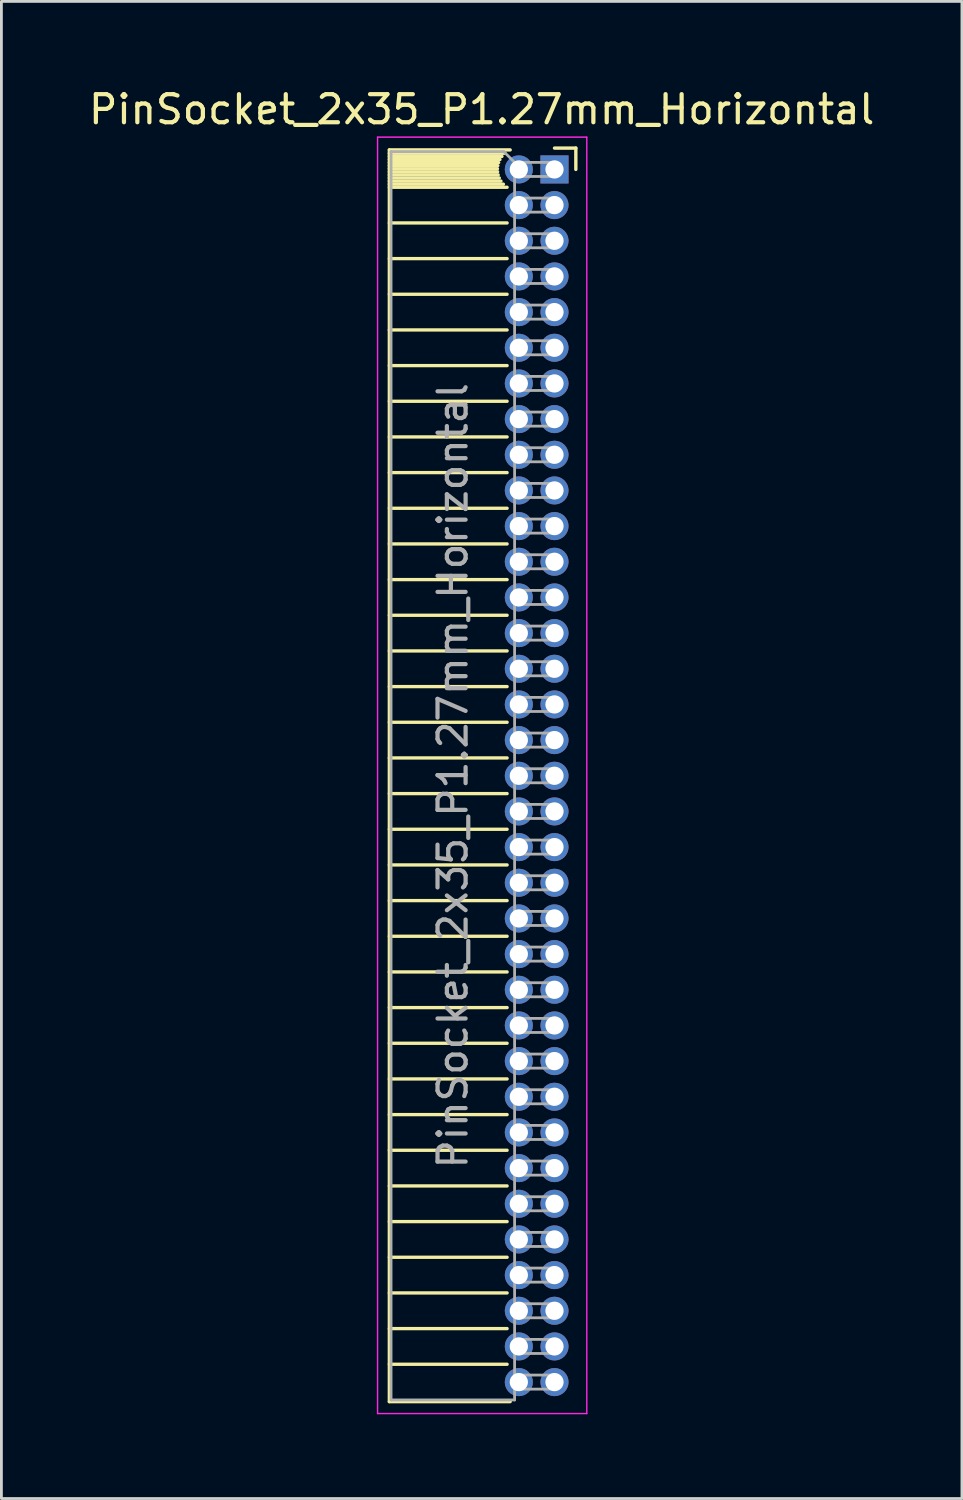
<source format=kicad_pcb>
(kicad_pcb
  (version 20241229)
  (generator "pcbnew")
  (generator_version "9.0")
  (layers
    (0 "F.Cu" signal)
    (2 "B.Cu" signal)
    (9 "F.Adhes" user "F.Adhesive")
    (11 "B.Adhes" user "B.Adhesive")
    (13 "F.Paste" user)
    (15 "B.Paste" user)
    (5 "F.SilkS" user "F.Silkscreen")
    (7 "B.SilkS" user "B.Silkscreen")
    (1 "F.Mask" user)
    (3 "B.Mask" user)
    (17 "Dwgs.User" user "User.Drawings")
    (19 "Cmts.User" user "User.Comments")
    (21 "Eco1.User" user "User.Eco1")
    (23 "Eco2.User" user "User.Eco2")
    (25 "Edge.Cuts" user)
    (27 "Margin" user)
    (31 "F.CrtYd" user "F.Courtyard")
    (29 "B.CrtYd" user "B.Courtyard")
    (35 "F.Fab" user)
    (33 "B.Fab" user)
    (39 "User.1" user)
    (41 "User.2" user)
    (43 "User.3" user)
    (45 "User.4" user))
  (footprint "PinSocket_2x35_P1.27mm_Horizontal"
    (layer "F.Cu")
    (at 16.694 2.983)
    (property "Reference" "PinSocket_2x35_P1.27mm_Horizontal" (at -2.592 -2.135 0) (layer "F.SilkS") (effects (font (size 1 1) (thickness 0.15))))
    (attr through_hole)
    (fp_line (start -5.88 -0.695) (end -5.88 43.875) (stroke (width 0.12) (type solid)) (layer "F.SilkS"))
    (fp_line (start -5.88 -0.695) (end -1.578 -0.695) (stroke (width 0.12) (type solid)) (layer "F.SilkS"))
    (fp_line (start -5.88 -0.575) (end -1.767 -0.575) (stroke (width 0.12) (type solid)) (layer "F.SilkS"))
    (fp_line (start -5.88 -0.465) (end -1.871 -0.465) (stroke (width 0.12) (type solid)) (layer "F.SilkS"))
    (fp_line (start -5.88 -0.355) (end -1.942 -0.355) (stroke (width 0.12) (type solid)) (layer "F.SilkS"))
    (fp_line (start -5.88 -0.245) (end -1.989 -0.245) (stroke (width 0.12) (type solid)) (layer "F.SilkS"))
    (fp_line (start -5.88 -0.135) (end -2.018 -0.135) (stroke (width 0.12) (type solid)) (layer "F.SilkS"))
    (fp_line (start -5.88 -0.025) (end -2.03 -0.025) (stroke (width 0.12) (type solid)) (layer "F.SilkS"))
    (fp_line (start -5.88 0.085) (end -2.025 0.085) (stroke (width 0.12) (type solid)) (layer "F.SilkS"))
    (fp_line (start -5.88 0.195) (end -2.005 0.195) (stroke (width 0.12) (type solid)) (layer "F.SilkS"))
    (fp_line (start -5.88 0.305) (end -1.966 0.305) (stroke (width 0.12) (type solid)) (layer "F.SilkS"))
    (fp_line (start -5.88 0.415) (end -1.907 0.415) (stroke (width 0.12) (type solid)) (layer "F.SilkS"))
    (fp_line (start -5.88 0.525) (end -1.82 0.525) (stroke (width 0.12) (type solid)) (layer "F.SilkS"))
    (fp_line (start -5.88 0.635) (end -1.688 0.635) (stroke (width 0.12) (type solid)) (layer "F.SilkS"))
    (fp_line (start -5.88 1.905) (end -1.688 1.905) (stroke (width 0.12) (type solid)) (layer "F.SilkS"))
    (fp_line (start -5.88 3.175) (end -1.688 3.175) (stroke (width 0.12) (type solid)) (layer "F.SilkS"))
    (fp_line (start -5.88 4.445) (end -1.688 4.445) (stroke (width 0.12) (type solid)) (layer "F.SilkS"))
    (fp_line (start -5.88 5.715) (end -1.688 5.715) (stroke (width 0.12) (type solid)) (layer "F.SilkS"))
    (fp_line (start -5.88 6.985) (end -1.688 6.985) (stroke (width 0.12) (type solid)) (layer "F.SilkS"))
    (fp_line (start -5.88 8.255) (end -1.688 8.255) (stroke (width 0.12) (type solid)) (layer "F.SilkS"))
    (fp_line (start -5.88 9.525) (end -1.688 9.525) (stroke (width 0.12) (type solid)) (layer "F.SilkS"))
    (fp_line (start -5.88 10.795) (end -1.688 10.795) (stroke (width 0.12) (type solid)) (layer "F.SilkS"))
    (fp_line (start -5.88 12.065) (end -1.688 12.065) (stroke (width 0.12) (type solid)) (layer "F.SilkS"))
    (fp_line (start -5.88 13.335) (end -1.688 13.335) (stroke (width 0.12) (type solid)) (layer "F.SilkS"))
    (fp_line (start -5.88 14.605) (end -1.688 14.605) (stroke (width 0.12) (type solid)) (layer "F.SilkS"))
    (fp_line (start -5.88 15.875) (end -1.688 15.875) (stroke (width 0.12) (type solid)) (layer "F.SilkS"))
    (fp_line (start -5.88 17.145) (end -1.688 17.145) (stroke (width 0.12) (type solid)) (layer "F.SilkS"))
    (fp_line (start -5.88 18.415) (end -1.688 18.415) (stroke (width 0.12) (type solid)) (layer "F.SilkS"))
    (fp_line (start -5.88 19.685) (end -1.688 19.685) (stroke (width 0.12) (type solid)) (layer "F.SilkS"))
    (fp_line (start -5.88 20.955) (end -1.688 20.955) (stroke (width 0.12) (type solid)) (layer "F.SilkS"))
    (fp_line (start -5.88 22.225) (end -1.688 22.225) (stroke (width 0.12) (type solid)) (layer "F.SilkS"))
    (fp_line (start -5.88 23.495) (end -1.688 23.495) (stroke (width 0.12) (type solid)) (layer "F.SilkS"))
    (fp_line (start -5.88 24.765) (end -1.688 24.765) (stroke (width 0.12) (type solid)) (layer "F.SilkS"))
    (fp_line (start -5.88 26.035) (end -1.688 26.035) (stroke (width 0.12) (type solid)) (layer "F.SilkS"))
    (fp_line (start -5.88 27.305) (end -1.688 27.305) (stroke (width 0.12) (type solid)) (layer "F.SilkS"))
    (fp_line (start -5.88 28.575) (end -1.688 28.575) (stroke (width 0.12) (type solid)) (layer "F.SilkS"))
    (fp_line (start -5.88 29.845) (end -1.688 29.845) (stroke (width 0.12) (type solid)) (layer "F.SilkS"))
    (fp_line (start -5.88 31.115) (end -1.688 31.115) (stroke (width 0.12) (type solid)) (layer "F.SilkS"))
    (fp_line (start -5.88 32.385) (end -1.688 32.385) (stroke (width 0.12) (type solid)) (layer "F.SilkS"))
    (fp_line (start -5.88 33.655) (end -1.688 33.655) (stroke (width 0.12) (type solid)) (layer "F.SilkS"))
    (fp_line (start -5.88 34.925) (end -1.688 34.925) (stroke (width 0.12) (type solid)) (layer "F.SilkS"))
    (fp_line (start -5.88 36.195) (end -1.688 36.195) (stroke (width 0.12) (type solid)) (layer "F.SilkS"))
    (fp_line (start -5.88 37.465) (end -1.688 37.465) (stroke (width 0.12) (type solid)) (layer "F.SilkS"))
    (fp_line (start -5.88 38.735) (end -1.688 38.735) (stroke (width 0.12) (type solid)) (layer "F.SilkS"))
    (fp_line (start -5.88 40.005) (end -1.688 40.005) (stroke (width 0.12) (type solid)) (layer "F.SilkS"))
    (fp_line (start -5.88 41.275) (end -1.688 41.275) (stroke (width 0.12) (type solid)) (layer "F.SilkS"))
    (fp_line (start -5.88 42.545) (end -1.688 42.545) (stroke (width 0.12) (type solid)) (layer "F.SilkS"))
    (fp_line (start -5.88 43.875) (end -1.578 43.875) (stroke (width 0.12) (type solid)) (layer "F.SilkS"))
    (fp_line (start 0 -0.76) (end 0.76 -0.76) (stroke (width 0.12) (type solid)) (layer "F.SilkS"))
    (fp_line (start 0.76 -0.76) (end 0.76 0) (stroke (width 0.12) (type solid)) (layer "F.SilkS"))
    (fp_line (start -6.3 -1.15) (end -6.3 44.3) (stroke (width 0.05) (type solid)) (layer "F.CrtYd"))
    (fp_line (start -6.3 44.3) (end 1.15 44.3) (stroke (width 0.05) (type solid)) (layer "F.CrtYd"))
    (fp_line (start 1.15 -1.15) (end -6.3 -1.15) (stroke (width 0.05) (type solid)) (layer "F.CrtYd"))
    (fp_line (start 1.15 44.3) (end 1.15 -1.15) (stroke (width 0.05) (type solid)) (layer "F.CrtYd"))
    (fp_line (start -5.82 -0.635) (end -1.805 -0.635) (stroke (width 0.1) (type solid)) (layer "F.Fab"))
    (fp_line (start -5.82 43.815) (end -5.82 -0.635) (stroke (width 0.1) (type solid)) (layer "F.Fab"))
    (fp_line (start -1.805 -0.635) (end -1.42 -0.25) (stroke (width 0.1) (type solid)) (layer "F.Fab"))
    (fp_line (start -1.42 -0.25) (end -1.42 43.815) (stroke (width 0.1) (type solid)) (layer "F.Fab"))
    (fp_line (start -1.42 0.25) (end 0 0.25) (stroke (width 0.1) (type solid)) (layer "F.Fab"))
    (fp_line (start -1.42 1.52) (end 0 1.52) (stroke (width 0.1) (type solid)) (layer "F.Fab"))
    (fp_line (start -1.42 2.79) (end 0 2.79) (stroke (width 0.1) (type solid)) (layer "F.Fab"))
    (fp_line (start -1.42 4.06) (end 0 4.06) (stroke (width 0.1) (type solid)) (layer "F.Fab"))
    (fp_line (start -1.42 5.33) (end 0 5.33) (stroke (width 0.1) (type solid)) (layer "F.Fab"))
    (fp_line (start -1.42 6.6) (end 0 6.6) (stroke (width 0.1) (type solid)) (layer "F.Fab"))
    (fp_line (start -1.42 7.87) (end 0 7.87) (stroke (width 0.1) (type solid)) (layer "F.Fab"))
    (fp_line (start -1.42 9.14) (end 0 9.14) (stroke (width 0.1) (type solid)) (layer "F.Fab"))
    (fp_line (start -1.42 10.41) (end 0 10.41) (stroke (width 0.1) (type solid)) (layer "F.Fab"))
    (fp_line (start -1.42 11.68) (end 0 11.68) (stroke (width 0.1) (type solid)) (layer "F.Fab"))
    (fp_line (start -1.42 12.95) (end 0 12.95) (stroke (width 0.1) (type solid)) (layer "F.Fab"))
    (fp_line (start -1.42 14.22) (end 0 14.22) (stroke (width 0.1) (type solid)) (layer "F.Fab"))
    (fp_line (start -1.42 15.49) (end 0 15.49) (stroke (width 0.1) (type solid)) (layer "F.Fab"))
    (fp_line (start -1.42 16.76) (end 0 16.76) (stroke (width 0.1) (type solid)) (layer "F.Fab"))
    (fp_line (start -1.42 18.03) (end 0 18.03) (stroke (width 0.1) (type solid)) (layer "F.Fab"))
    (fp_line (start -1.42 19.3) (end 0 19.3) (stroke (width 0.1) (type solid)) (layer "F.Fab"))
    (fp_line (start -1.42 20.57) (end 0 20.57) (stroke (width 0.1) (type solid)) (layer "F.Fab"))
    (fp_line (start -1.42 21.84) (end 0 21.84) (stroke (width 0.1) (type solid)) (layer "F.Fab"))
    (fp_line (start -1.42 23.11) (end 0 23.11) (stroke (width 0.1) (type solid)) (layer "F.Fab"))
    (fp_line (start -1.42 24.38) (end 0 24.38) (stroke (width 0.1) (type solid)) (layer "F.Fab"))
    (fp_line (start -1.42 25.65) (end 0 25.65) (stroke (width 0.1) (type solid)) (layer "F.Fab"))
    (fp_line (start -1.42 26.92) (end 0 26.92) (stroke (width 0.1) (type solid)) (layer "F.Fab"))
    (fp_line (start -1.42 28.19) (end 0 28.19) (stroke (width 0.1) (type solid)) (layer "F.Fab"))
    (fp_line (start -1.42 29.46) (end 0 29.46) (stroke (width 0.1) (type solid)) (layer "F.Fab"))
    (fp_line (start -1.42 30.73) (end 0 30.73) (stroke (width 0.1) (type solid)) (layer "F.Fab"))
    (fp_line (start -1.42 32) (end 0 32) (stroke (width 0.1) (type solid)) (layer "F.Fab"))
    (fp_line (start -1.42 33.27) (end 0 33.27) (stroke (width 0.1) (type solid)) (layer "F.Fab"))
    (fp_line (start -1.42 34.54) (end 0 34.54) (stroke (width 0.1) (type solid)) (layer "F.Fab"))
    (fp_line (start -1.42 35.81) (end 0 35.81) (stroke (width 0.1) (type solid)) (layer "F.Fab"))
    (fp_line (start -1.42 37.08) (end 0 37.08) (stroke (width 0.1) (type solid)) (layer "F.Fab"))
    (fp_line (start -1.42 38.35) (end 0 38.35) (stroke (width 0.1) (type solid)) (layer "F.Fab"))
    (fp_line (start -1.42 39.62) (end 0 39.62) (stroke (width 0.1) (type solid)) (layer "F.Fab"))
    (fp_line (start -1.42 40.89) (end 0 40.89) (stroke (width 0.1) (type solid)) (layer "F.Fab"))
    (fp_line (start -1.42 42.16) (end 0 42.16) (stroke (width 0.1) (type solid)) (layer "F.Fab"))
    (fp_line (start -1.42 43.43) (end 0 43.43) (stroke (width 0.1) (type solid)) (layer "F.Fab"))
    (fp_line (start -1.42 43.815) (end -5.82 43.815) (stroke (width 0.1) (type solid)) (layer "F.Fab"))
    (fp_line (start 0 -0.25) (end -1.42 -0.25) (stroke (width 0.1) (type solid)) (layer "F.Fab"))
    (fp_line (start 0 0.25) (end 0 -0.25) (stroke (width 0.1) (type solid)) (layer "F.Fab"))
    (fp_line (start 0 1.02) (end -1.42 1.02) (stroke (width 0.1) (type solid)) (layer "F.Fab"))
    (fp_line (start 0 1.52) (end 0 1.02) (stroke (width 0.1) (type solid)) (layer "F.Fab"))
    (fp_line (start 0 2.29) (end -1.42 2.29) (stroke (width 0.1) (type solid)) (layer "F.Fab"))
    (fp_line (start 0 2.79) (end 0 2.29) (stroke (width 0.1) (type solid)) (layer "F.Fab"))
    (fp_line (start 0 3.56) (end -1.42 3.56) (stroke (width 0.1) (type solid)) (layer "F.Fab"))
    (fp_line (start 0 4.06) (end 0 3.56) (stroke (width 0.1) (type solid)) (layer "F.Fab"))
    (fp_line (start 0 4.83) (end -1.42 4.83) (stroke (width 0.1) (type solid)) (layer "F.Fab"))
    (fp_line (start 0 5.33) (end 0 4.83) (stroke (width 0.1) (type solid)) (layer "F.Fab"))
    (fp_line (start 0 6.1) (end -1.42 6.1) (stroke (width 0.1) (type solid)) (layer "F.Fab"))
    (fp_line (start 0 6.6) (end 0 6.1) (stroke (width 0.1) (type solid)) (layer "F.Fab"))
    (fp_line (start 0 7.37) (end -1.42 7.37) (stroke (width 0.1) (type solid)) (layer "F.Fab"))
    (fp_line (start 0 7.87) (end 0 7.37) (stroke (width 0.1) (type solid)) (layer "F.Fab"))
    (fp_line (start 0 8.64) (end -1.42 8.64) (stroke (width 0.1) (type solid)) (layer "F.Fab"))
    (fp_line (start 0 9.14) (end 0 8.64) (stroke (width 0.1) (type solid)) (layer "F.Fab"))
    (fp_line (start 0 9.91) (end -1.42 9.91) (stroke (width 0.1) (type solid)) (layer "F.Fab"))
    (fp_line (start 0 10.41) (end 0 9.91) (stroke (width 0.1) (type solid)) (layer "F.Fab"))
    (fp_line (start 0 11.18) (end -1.42 11.18) (stroke (width 0.1) (type solid)) (layer "F.Fab"))
    (fp_line (start 0 11.68) (end 0 11.18) (stroke (width 0.1) (type solid)) (layer "F.Fab"))
    (fp_line (start 0 12.45) (end -1.42 12.45) (stroke (width 0.1) (type solid)) (layer "F.Fab"))
    (fp_line (start 0 12.95) (end 0 12.45) (stroke (width 0.1) (type solid)) (layer "F.Fab"))
    (fp_line (start 0 13.72) (end -1.42 13.72) (stroke (width 0.1) (type solid)) (layer "F.Fab"))
    (fp_line (start 0 14.22) (end 0 13.72) (stroke (width 0.1) (type solid)) (layer "F.Fab"))
    (fp_line (start 0 14.99) (end -1.42 14.99) (stroke (width 0.1) (type solid)) (layer "F.Fab"))
    (fp_line (start 0 15.49) (end 0 14.99) (stroke (width 0.1) (type solid)) (layer "F.Fab"))
    (fp_line (start 0 16.26) (end -1.42 16.26) (stroke (width 0.1) (type solid)) (layer "F.Fab"))
    (fp_line (start 0 16.76) (end 0 16.26) (stroke (width 0.1) (type solid)) (layer "F.Fab"))
    (fp_line (start 0 17.53) (end -1.42 17.53) (stroke (width 0.1) (type solid)) (layer "F.Fab"))
    (fp_line (start 0 18.03) (end 0 17.53) (stroke (width 0.1) (type solid)) (layer "F.Fab"))
    (fp_line (start 0 18.8) (end -1.42 18.8) (stroke (width 0.1) (type solid)) (layer "F.Fab"))
    (fp_line (start 0 19.3) (end 0 18.8) (stroke (width 0.1) (type solid)) (layer "F.Fab"))
    (fp_line (start 0 20.07) (end -1.42 20.07) (stroke (width 0.1) (type solid)) (layer "F.Fab"))
    (fp_line (start 0 20.57) (end 0 20.07) (stroke (width 0.1) (type solid)) (layer "F.Fab"))
    (fp_line (start 0 21.34) (end -1.42 21.34) (stroke (width 0.1) (type solid)) (layer "F.Fab"))
    (fp_line (start 0 21.84) (end 0 21.34) (stroke (width 0.1) (type solid)) (layer "F.Fab"))
    (fp_line (start 0 22.61) (end -1.42 22.61) (stroke (width 0.1) (type solid)) (layer "F.Fab"))
    (fp_line (start 0 23.11) (end 0 22.61) (stroke (width 0.1) (type solid)) (layer "F.Fab"))
    (fp_line (start 0 23.88) (end -1.42 23.88) (stroke (width 0.1) (type solid)) (layer "F.Fab"))
    (fp_line (start 0 24.38) (end 0 23.88) (stroke (width 0.1) (type solid)) (layer "F.Fab"))
    (fp_line (start 0 25.15) (end -1.42 25.15) (stroke (width 0.1) (type solid)) (layer "F.Fab"))
    (fp_line (start 0 25.65) (end 0 25.15) (stroke (width 0.1) (type solid)) (layer "F.Fab"))
    (fp_line (start 0 26.42) (end -1.42 26.42) (stroke (width 0.1) (type solid)) (layer "F.Fab"))
    (fp_line (start 0 26.92) (end 0 26.42) (stroke (width 0.1) (type solid)) (layer "F.Fab"))
    (fp_line (start 0 27.69) (end -1.42 27.69) (stroke (width 0.1) (type solid)) (layer "F.Fab"))
    (fp_line (start 0 28.19) (end 0 27.69) (stroke (width 0.1) (type solid)) (layer "F.Fab"))
    (fp_line (start 0 28.96) (end -1.42 28.96) (stroke (width 0.1) (type solid)) (layer "F.Fab"))
    (fp_line (start 0 29.46) (end 0 28.96) (stroke (width 0.1) (type solid)) (layer "F.Fab"))
    (fp_line (start 0 30.23) (end -1.42 30.23) (stroke (width 0.1) (type solid)) (layer "F.Fab"))
    (fp_line (start 0 30.73) (end 0 30.23) (stroke (width 0.1) (type solid)) (layer "F.Fab"))
    (fp_line (start 0 31.5) (end -1.42 31.5) (stroke (width 0.1) (type solid)) (layer "F.Fab"))
    (fp_line (start 0 32) (end 0 31.5) (stroke (width 0.1) (type solid)) (layer "F.Fab"))
    (fp_line (start 0 32.77) (end -1.42 32.77) (stroke (width 0.1) (type solid)) (layer "F.Fab"))
    (fp_line (start 0 33.27) (end 0 32.77) (stroke (width 0.1) (type solid)) (layer "F.Fab"))
    (fp_line (start 0 34.04) (end -1.42 34.04) (stroke (width 0.1) (type solid)) (layer "F.Fab"))
    (fp_line (start 0 34.54) (end 0 34.04) (stroke (width 0.1) (type solid)) (layer "F.Fab"))
    (fp_line (start 0 35.31) (end -1.42 35.31) (stroke (width 0.1) (type solid)) (layer "F.Fab"))
    (fp_line (start 0 35.81) (end 0 35.31) (stroke (width 0.1) (type solid)) (layer "F.Fab"))
    (fp_line (start 0 36.58) (end -1.42 36.58) (stroke (width 0.1) (type solid)) (layer "F.Fab"))
    (fp_line (start 0 37.08) (end 0 36.58) (stroke (width 0.1) (type solid)) (layer "F.Fab"))
    (fp_line (start 0 37.85) (end -1.42 37.85) (stroke (width 0.1) (type solid)) (layer "F.Fab"))
    (fp_line (start 0 38.35) (end 0 37.85) (stroke (width 0.1) (type solid)) (layer "F.Fab"))
    (fp_line (start 0 39.12) (end -1.42 39.12) (stroke (width 0.1) (type solid)) (layer "F.Fab"))
    (fp_line (start 0 39.62) (end 0 39.12) (stroke (width 0.1) (type solid)) (layer "F.Fab"))
    (fp_line (start 0 40.39) (end -1.42 40.39) (stroke (width 0.1) (type solid)) (layer "F.Fab"))
    (fp_line (start 0 40.89) (end 0 40.39) (stroke (width 0.1) (type solid)) (layer "F.Fab"))
    (fp_line (start 0 41.66) (end -1.42 41.66) (stroke (width 0.1) (type solid)) (layer "F.Fab"))
    (fp_line (start 0 42.16) (end 0 41.66) (stroke (width 0.1) (type solid)) (layer "F.Fab"))
    (fp_line (start 0 42.93) (end -1.42 42.93) (stroke (width 0.1) (type solid)) (layer "F.Fab"))
    (fp_line (start 0 43.43) (end 0 42.93) (stroke (width 0.1) (type solid)) (layer "F.Fab"))
    (fp_text user "${REFERENCE}" (at -3.62 21.59 90) (layer "F.Fab") (effects (font (size 1 1) (thickness 0.15))))
    (pad "1" thru_hole rect (at 0 0) (size 1 1) (drill 0.65) (layers "*.Cu" "*.Mask"))
    (pad "2" thru_hole circle (at -1.27 0) (size 1 1) (drill 0.65) (layers "*.Cu" "*.Mask"))
    (pad "3" thru_hole circle (at 0 1.27) (size 1 1) (drill 0.65) (layers "*.Cu" "*.Mask"))
    (pad "4" thru_hole circle (at -1.27 1.27) (size 1 1) (drill 0.65) (layers "*.Cu" "*.Mask"))
    (pad "5" thru_hole circle (at 0 2.54) (size 1 1) (drill 0.65) (layers "*.Cu" "*.Mask"))
    (pad "6" thru_hole circle (at -1.27 2.54) (size 1 1) (drill 0.65) (layers "*.Cu" "*.Mask"))
    (pad "7" thru_hole circle (at 0 3.81) (size 1 1) (drill 0.65) (layers "*.Cu" "*.Mask"))
    (pad "8" thru_hole circle (at -1.27 3.81) (size 1 1) (drill 0.65) (layers "*.Cu" "*.Mask"))
    (pad "9" thru_hole circle (at 0 5.08) (size 1 1) (drill 0.65) (layers "*.Cu" "*.Mask"))
    (pad "10" thru_hole circle (at -1.27 5.08) (size 1 1) (drill 0.65) (layers "*.Cu" "*.Mask"))
    (pad "11" thru_hole circle (at 0 6.35) (size 1 1) (drill 0.65) (layers "*.Cu" "*.Mask"))
    (pad "12" thru_hole circle (at -1.27 6.35) (size 1 1) (drill 0.65) (layers "*.Cu" "*.Mask"))
    (pad "13" thru_hole circle (at 0 7.62) (size 1 1) (drill 0.65) (layers "*.Cu" "*.Mask"))
    (pad "14" thru_hole circle (at -1.27 7.62) (size 1 1) (drill 0.65) (layers "*.Cu" "*.Mask"))
    (pad "15" thru_hole circle (at 0 8.89) (size 1 1) (drill 0.65) (layers "*.Cu" "*.Mask"))
    (pad "16" thru_hole circle (at -1.27 8.89) (size 1 1) (drill 0.65) (layers "*.Cu" "*.Mask"))
    (pad "17" thru_hole circle (at 0 10.16) (size 1 1) (drill 0.65) (layers "*.Cu" "*.Mask"))
    (pad "18" thru_hole circle (at -1.27 10.16) (size 1 1) (drill 0.65) (layers "*.Cu" "*.Mask"))
    (pad "19" thru_hole circle (at 0 11.43) (size 1 1) (drill 0.65) (layers "*.Cu" "*.Mask"))
    (pad "20" thru_hole circle (at -1.27 11.43) (size 1 1) (drill 0.65) (layers "*.Cu" "*.Mask"))
    (pad "21" thru_hole circle (at 0 12.7) (size 1 1) (drill 0.65) (layers "*.Cu" "*.Mask"))
    (pad "22" thru_hole circle (at -1.27 12.7) (size 1 1) (drill 0.65) (layers "*.Cu" "*.Mask"))
    (pad "23" thru_hole circle (at 0 13.97) (size 1 1) (drill 0.65) (layers "*.Cu" "*.Mask"))
    (pad "24" thru_hole circle (at -1.27 13.97) (size 1 1) (drill 0.65) (layers "*.Cu" "*.Mask"))
    (pad "25" thru_hole circle (at 0 15.24) (size 1 1) (drill 0.65) (layers "*.Cu" "*.Mask"))
    (pad "26" thru_hole circle (at -1.27 15.24) (size 1 1) (drill 0.65) (layers "*.Cu" "*.Mask"))
    (pad "27" thru_hole circle (at 0 16.51) (size 1 1) (drill 0.65) (layers "*.Cu" "*.Mask"))
    (pad "28" thru_hole circle (at -1.27 16.51) (size 1 1) (drill 0.65) (layers "*.Cu" "*.Mask"))
    (pad "29" thru_hole circle (at 0 17.78) (size 1 1) (drill 0.65) (layers "*.Cu" "*.Mask"))
    (pad "30" thru_hole circle (at -1.27 17.78) (size 1 1) (drill 0.65) (layers "*.Cu" "*.Mask"))
    (pad "31" thru_hole circle (at 0 19.05) (size 1 1) (drill 0.65) (layers "*.Cu" "*.Mask"))
    (pad "32" thru_hole circle (at -1.27 19.05) (size 1 1) (drill 0.65) (layers "*.Cu" "*.Mask"))
    (pad "33" thru_hole circle (at 0 20.32) (size 1 1) (drill 0.65) (layers "*.Cu" "*.Mask"))
    (pad "34" thru_hole circle (at -1.27 20.32) (size 1 1) (drill 0.65) (layers "*.Cu" "*.Mask"))
    (pad "35" thru_hole circle (at 0 21.59) (size 1 1) (drill 0.65) (layers "*.Cu" "*.Mask"))
    (pad "36" thru_hole circle (at -1.27 21.59) (size 1 1) (drill 0.65) (layers "*.Cu" "*.Mask"))
    (pad "37" thru_hole circle (at 0 22.86) (size 1 1) (drill 0.65) (layers "*.Cu" "*.Mask"))
    (pad "38" thru_hole circle (at -1.27 22.86) (size 1 1) (drill 0.65) (layers "*.Cu" "*.Mask"))
    (pad "39" thru_hole circle (at 0 24.13) (size 1 1) (drill 0.65) (layers "*.Cu" "*.Mask"))
    (pad "40" thru_hole circle (at -1.27 24.13) (size 1 1) (drill 0.65) (layers "*.Cu" "*.Mask"))
    (pad "41" thru_hole circle (at 0 25.4) (size 1 1) (drill 0.65) (layers "*.Cu" "*.Mask"))
    (pad "42" thru_hole circle (at -1.27 25.4) (size 1 1) (drill 0.65) (layers "*.Cu" "*.Mask"))
    (pad "43" thru_hole circle (at 0 26.67) (size 1 1) (drill 0.65) (layers "*.Cu" "*.Mask"))
    (pad "44" thru_hole circle (at -1.27 26.67) (size 1 1) (drill 0.65) (layers "*.Cu" "*.Mask"))
    (pad "45" thru_hole circle (at 0 27.94) (size 1 1) (drill 0.65) (layers "*.Cu" "*.Mask"))
    (pad "46" thru_hole circle (at -1.27 27.94) (size 1 1) (drill 0.65) (layers "*.Cu" "*.Mask"))
    (pad "47" thru_hole circle (at 0 29.21) (size 1 1) (drill 0.65) (layers "*.Cu" "*.Mask"))
    (pad "48" thru_hole circle (at -1.27 29.21) (size 1 1) (drill 0.65) (layers "*.Cu" "*.Mask"))
    (pad "49" thru_hole circle (at 0 30.48) (size 1 1) (drill 0.65) (layers "*.Cu" "*.Mask"))
    (pad "50" thru_hole circle (at -1.27 30.48) (size 1 1) (drill 0.65) (layers "*.Cu" "*.Mask"))
    (pad "51" thru_hole circle (at 0 31.75) (size 1 1) (drill 0.65) (layers "*.Cu" "*.Mask"))
    (pad "52" thru_hole circle (at -1.27 31.75) (size 1 1) (drill 0.65) (layers "*.Cu" "*.Mask"))
    (pad "53" thru_hole circle (at 0 33.02) (size 1 1) (drill 0.65) (layers "*.Cu" "*.Mask"))
    (pad "54" thru_hole circle (at -1.27 33.02) (size 1 1) (drill 0.65) (layers "*.Cu" "*.Mask"))
    (pad "55" thru_hole circle (at 0 34.29) (size 1 1) (drill 0.65) (layers "*.Cu" "*.Mask"))
    (pad "56" thru_hole circle (at -1.27 34.29) (size 1 1) (drill 0.65) (layers "*.Cu" "*.Mask"))
    (pad "57" thru_hole circle (at 0 35.56) (size 1 1) (drill 0.65) (layers "*.Cu" "*.Mask"))
    (pad "58" thru_hole circle (at -1.27 35.56) (size 1 1) (drill 0.65) (layers "*.Cu" "*.Mask"))
    (pad "59" thru_hole circle (at 0 36.83) (size 1 1) (drill 0.65) (layers "*.Cu" "*.Mask"))
    (pad "60" thru_hole circle (at -1.27 36.83) (size 1 1) (drill 0.65) (layers "*.Cu" "*.Mask"))
    (pad "61" thru_hole circle (at 0 38.1) (size 1 1) (drill 0.65) (layers "*.Cu" "*.Mask"))
    (pad "62" thru_hole circle (at -1.27 38.1) (size 1 1) (drill 0.65) (layers "*.Cu" "*.Mask"))
    (pad "63" thru_hole circle (at 0 39.37) (size 1 1) (drill 0.65) (layers "*.Cu" "*.Mask"))
    (pad "64" thru_hole circle (at -1.27 39.37) (size 1 1) (drill 0.65) (layers "*.Cu" "*.Mask"))
    (pad "65" thru_hole circle (at 0 40.64) (size 1 1) (drill 0.65) (layers "*.Cu" "*.Mask"))
    (pad "66" thru_hole circle (at -1.27 40.64) (size 1 1) (drill 0.65) (layers "*.Cu" "*.Mask"))
    (pad "67" thru_hole circle (at 0 41.91) (size 1 1) (drill 0.65) (layers "*.Cu" "*.Mask"))
    (pad "68" thru_hole circle (at -1.27 41.91) (size 1 1) (drill 0.65) (layers "*.Cu" "*.Mask"))
    (pad "69" thru_hole circle (at 0 43.18) (size 1 1) (drill 0.65) (layers "*.Cu" "*.Mask"))
    (pad "70" thru_hole circle (at -1.27 43.18) (size 1 1) (drill 0.65) (layers "*.Cu" "*.Mask")))
  (gr_rect
    (start -3 -3)
    (end 31.202 50.308)
    (stroke (width 0.1) (type default))
    (fill no)
    (layer "Edge.Cuts")))
</source>
